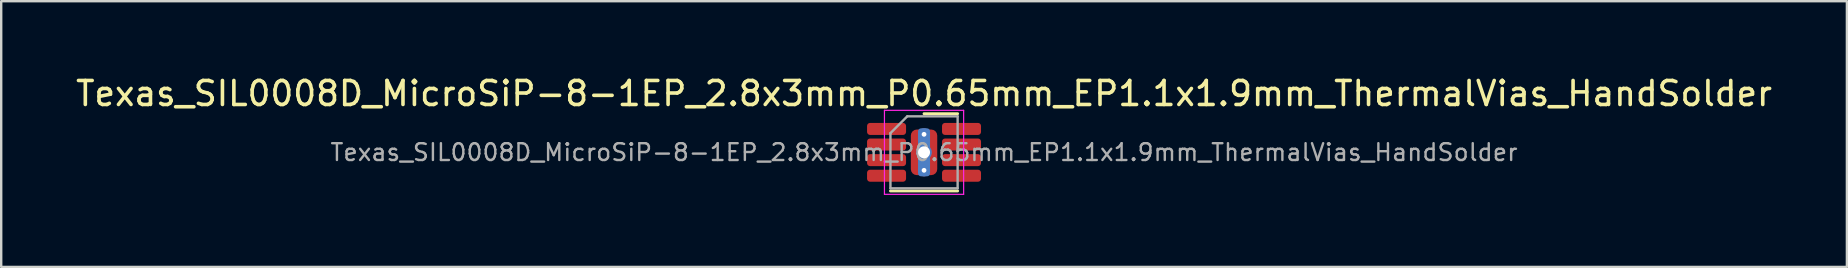
<source format=kicad_pcb>
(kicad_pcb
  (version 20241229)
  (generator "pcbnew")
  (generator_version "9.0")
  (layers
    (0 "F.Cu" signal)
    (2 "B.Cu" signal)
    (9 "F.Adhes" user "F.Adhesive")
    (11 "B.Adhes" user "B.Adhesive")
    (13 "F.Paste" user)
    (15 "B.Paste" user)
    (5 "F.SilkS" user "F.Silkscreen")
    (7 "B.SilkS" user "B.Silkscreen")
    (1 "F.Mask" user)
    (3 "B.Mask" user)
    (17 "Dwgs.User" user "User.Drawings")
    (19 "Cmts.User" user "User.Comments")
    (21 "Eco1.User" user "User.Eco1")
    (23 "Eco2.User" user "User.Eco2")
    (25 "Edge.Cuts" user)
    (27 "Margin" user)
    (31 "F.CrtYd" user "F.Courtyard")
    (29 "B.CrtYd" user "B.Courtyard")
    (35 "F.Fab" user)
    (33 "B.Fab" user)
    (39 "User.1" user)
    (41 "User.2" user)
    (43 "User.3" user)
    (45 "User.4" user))
  (footprint "Texas_SIL0008D_MicroSiP-8-1EP_2.8x3mm_P0.65mm_EP1.1x1.9mm_ThermalVias_HandSolder"
    (layer "F.Cu")
    (at 35.458 3.298)
    (property "Reference" "Texas_SIL0008D_MicroSiP-8-1EP_2.8x3mm_P0.65mm_EP1.1x1.9mm_ThermalVias_HandSolder" (at 0 -2.45 180) (layer "F.SilkS") (effects (font (size 1 1) (thickness 0.15))))
    (attr smd)
    (fp_line (start -1.4 1.61) (end 1.4 1.61) (stroke (width 0.12) (type solid)) (layer "F.SilkS"))
    (fp_line (start 0 -1.61) (end 1.4 -1.61) (stroke (width 0.12) (type solid)) (layer "F.SilkS"))
    (fp_line (start -1.65 -1.75) (end -1.65 1.75) (stroke (width 0.05) (type solid)) (layer "F.CrtYd"))
    (fp_line (start -1.65 1.75) (end 1.65 1.75) (stroke (width 0.05) (type solid)) (layer "F.CrtYd"))
    (fp_line (start 1.65 -1.75) (end -1.65 -1.75) (stroke (width 0.05) (type solid)) (layer "F.CrtYd"))
    (fp_line (start 1.65 1.75) (end 1.65 -1.75) (stroke (width 0.05) (type solid)) (layer "F.CrtYd"))
    (fp_line (start -1.4 -0.8) (end -0.7 -1.5) (stroke (width 0.1) (type solid)) (layer "F.Fab"))
    (fp_line (start -1.4 1.5) (end -1.4 -0.8) (stroke (width 0.1) (type solid)) (layer "F.Fab"))
    (fp_line (start -0.7 -1.5) (end 1.4 -1.5) (stroke (width 0.1) (type solid)) (layer "F.Fab"))
    (fp_line (start 1.4 -1.5) (end 1.4 1.5) (stroke (width 0.1) (type solid)) (layer "F.Fab"))
    (fp_line (start 1.4 1.5) (end -1.4 1.5) (stroke (width 0.1) (type solid)) (layer "F.Fab"))
    (fp_text user "${REFERENCE}" (at 0 0 180) (layer "F.Fab") (effects (font (size 0.7 0.7) (thickness 0.1))))
    (pad "" smd roundrect (at 0 -0.63) (size 0.95 0.55) (layers "F.Paste") (roundrect_rratio 0.25))
    (pad "" smd roundrect (at 0 0) (size 0.95 0.55) (layers "F.Paste") (roundrect_rratio 0.25))
    (pad "" smd roundrect (at 0 0.63) (size 0.95 0.55) (layers "F.Paste") (roundrect_rratio 0.25))
    (pad "1" smd roundrect (at -1.562 -0.975) (size 1.625 0.5) (layers "F.Cu" "F.Mask" "F.Paste") (roundrect_rratio 0.25))
    (pad "2" smd roundrect (at -1.562 -0.325) (size 1.625 0.5) (layers "F.Cu" "F.Mask" "F.Paste") (roundrect_rratio 0.25))
    (pad "3" smd roundrect (at -1.562 0.325) (size 1.625 0.5) (layers "F.Cu" "F.Mask" "F.Paste") (roundrect_rratio 0.25))
    (pad "4" smd roundrect (at -1.562 0.975) (size 1.625 0.5) (layers "F.Cu" "F.Mask" "F.Paste") (roundrect_rratio 0.25))
    (pad "5" smd roundrect (at 1.562 0.975) (size 1.625 0.5) (layers "F.Cu" "F.Mask" "F.Paste") (roundrect_rratio 0.25))
    (pad "6" smd roundrect (at 1.562 0.325) (size 1.625 0.5) (layers "F.Cu" "F.Mask" "F.Paste") (roundrect_rratio 0.25))
    (pad "7" smd roundrect (at 1.562 -0.325) (size 1.625 0.5) (layers "F.Cu" "F.Mask" "F.Paste") (roundrect_rratio 0.25))
    (pad "8" smd roundrect (at 1.562 -0.975) (size 1.625 0.5) (layers "F.Cu" "F.Mask" "F.Paste") (roundrect_rratio 0.25))
    (pad "9" thru_hole circle (at 0 -0.75) (size 0.5 0.5) (drill 0.2) (layers "*.Cu"))
    (pad "9" smd roundrect (at 0 0) (size 0.5 2) (layers "B.Cu") (roundrect_rratio 0.25))
    (pad "9" thru_hole circle (at 0 0) (size 0.65 0.65) (drill 0.5) (layers "*.Cu"))
    (pad "9" smd roundrect (at 0 0) (size 1.1 1.9) (layers "F.Cu" "F.Mask") (roundrect_rratio 0.227))
    (pad "9" thru_hole circle (at 0 0.75) (size 0.5 0.5) (drill 0.2) (layers "*.Cu")))
  (gr_rect
    (start -3 -3)
    (end 73.917 8.073)
    (stroke (width 0.1) (type default))
    (fill no)
    (layer "Edge.Cuts")))
</source>
